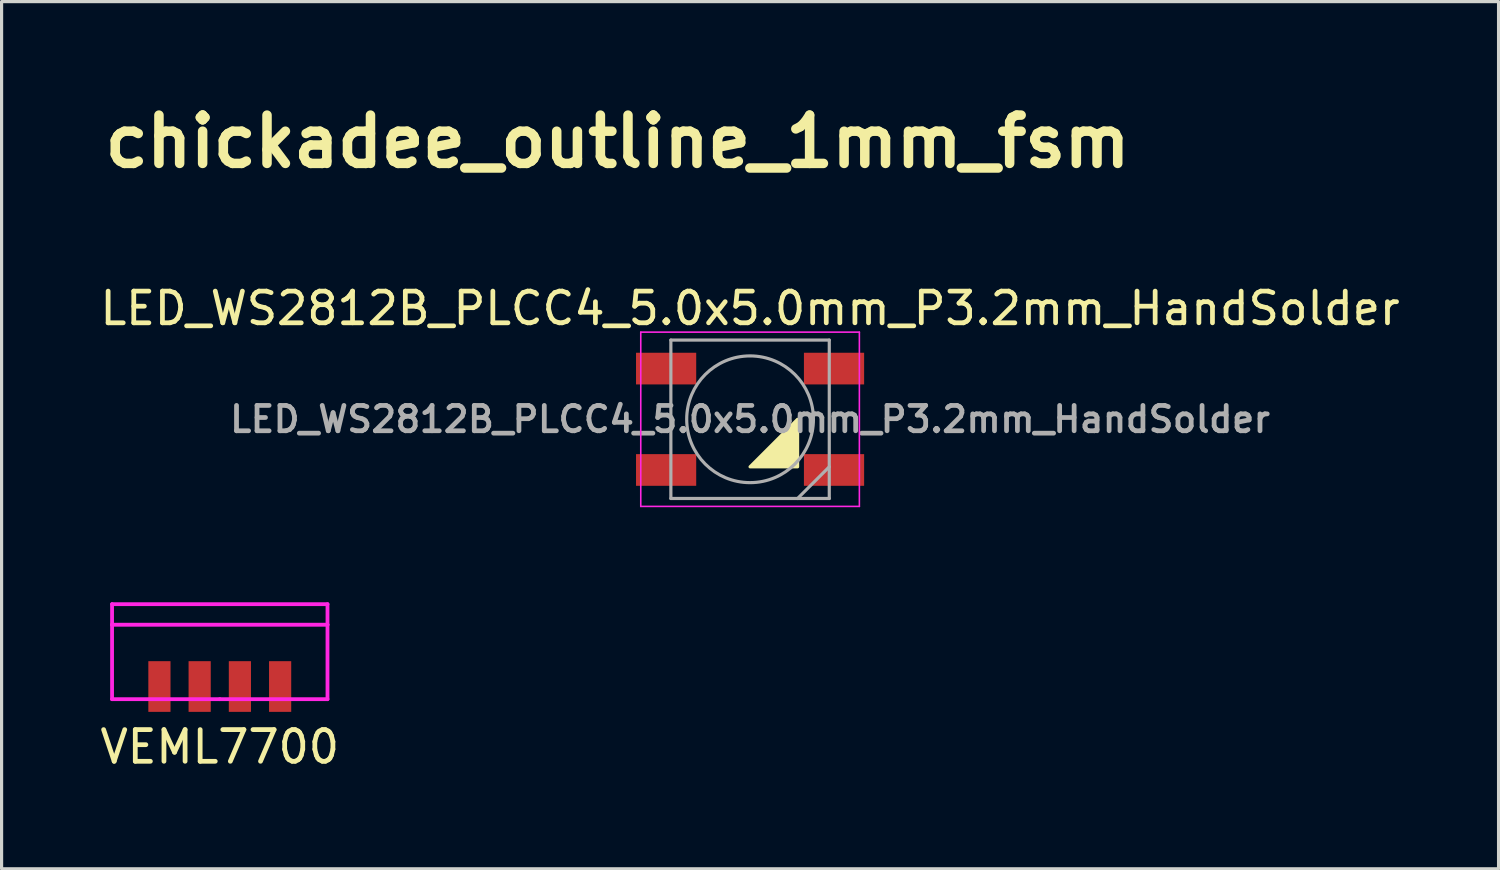
<source format=kicad_pcb>
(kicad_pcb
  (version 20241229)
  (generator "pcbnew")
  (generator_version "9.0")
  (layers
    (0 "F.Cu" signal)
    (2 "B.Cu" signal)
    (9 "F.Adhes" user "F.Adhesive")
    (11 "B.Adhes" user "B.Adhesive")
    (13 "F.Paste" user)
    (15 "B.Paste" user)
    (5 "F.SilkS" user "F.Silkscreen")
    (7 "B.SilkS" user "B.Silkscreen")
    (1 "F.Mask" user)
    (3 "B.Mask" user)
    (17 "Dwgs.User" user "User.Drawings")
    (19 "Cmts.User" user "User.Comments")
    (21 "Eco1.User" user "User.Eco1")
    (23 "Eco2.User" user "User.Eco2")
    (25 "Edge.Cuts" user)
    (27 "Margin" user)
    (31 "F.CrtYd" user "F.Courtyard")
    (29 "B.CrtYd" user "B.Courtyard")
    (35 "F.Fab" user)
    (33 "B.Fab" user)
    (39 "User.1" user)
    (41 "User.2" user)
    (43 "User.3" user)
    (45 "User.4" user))
  (footprint "VEML7700"
    (layer "F.Cu")
    (at 3.887 18.619)
    (property "Reference" "VEML7700" (at 0 1.905 0) (layer "F.SilkS") (effects (font (size 1 1) (thickness 0.15))))
    (attr through_hole)
    (fp_line (start -3.4 -2.6) (end -3.4 -1.95) (stroke (width 0.12) (type solid)) (layer "F.CrtYd"))
    (fp_line (start -3.4 -1.95) (end -3.4 0.4) (stroke (width 0.12) (type solid)) (layer "F.CrtYd"))
    (fp_line (start -3.4 0.4) (end 0 0.4) (stroke (width 0.12) (type solid)) (layer "F.CrtYd"))
    (fp_line (start 0 0.4) (end 3.4 0.4) (stroke (width 0.12) (type solid)) (layer "F.CrtYd"))
    (fp_line (start 3.4 -2.6) (end -3.4 -2.6) (stroke (width 0.12) (type solid)) (layer "F.CrtYd"))
    (fp_line (start 3.4 -1.95) (end -3.4 -1.95) (stroke (width 0.12) (type solid)) (layer "F.CrtYd"))
    (fp_line (start 3.4 -1.95) (end 3.4 -2.6) (stroke (width 0.12) (type solid)) (layer "F.CrtYd"))
    (fp_line (start 3.4 0.4) (end 3.4 -1.95) (stroke (width 0.12) (type solid)) (layer "F.CrtYd"))
    (pad "1" smd rect (at -1.905 0) (size 0.7 1.6) (layers "F.Cu" "F.Mask" "F.Paste"))
    (pad "2" smd rect (at -0.635 0) (size 0.7 1.6) (layers "F.Cu" "F.Mask" "F.Paste"))
    (pad "3" smd rect (at 0.635 0) (size 0.7 1.6) (layers "F.Cu" "F.Mask" "F.Paste"))
    (pad "4" smd rect (at 1.905 0) (size 0.7 1.6) (layers "F.Cu" "F.Mask" "F.Paste")))
  (footprint "chickadee_outline_1mm_fsm"
    (layer "F.Cu")
    (at 16.445 1.418)
    (property "Reference" "chickadee_outline_1mm_fsm" (at 0 0 0) (layer "F.SilkS") (effects (font (size 1.524 1.524) (thickness 0.3))))
    (attr through_hole)
    (fp_poly (pts (xy -0.74 -0.506) (xy -0.727 -0.506) (xy -0.715 -0.505) (xy -0.703 -0.503) (xy -0.69 -0.501) (xy -0.681 -0.499) (xy -0.669 -0.497) (xy -0.657 -0.494) (xy -0.645 -0.491) (xy -0.633 -0.487) (xy -0.62 -0.483) (xy -0.607 -0.479) (xy -0.592 -0.473) (xy -0.576 -0.467) (xy -0.564 -0.462) (xy -0.548 -0.455) (xy -0.531 -0.448) (xy -0.515 -0.441) (xy -0.497 -0.434) (xy -0.479 -0.426) (xy -0.46 -0.417) (xy -0.441 -0.408) (xy -0.42 -0.398) (xy -0.398 -0.388) (xy -0.374 -0.376) (xy -0.35 -0.364) (xy -0.323 -0.351) (xy -0.295 -0.337) (xy -0.265 -0.322) (xy -0.245 -0.312) (xy -0.217 -0.298) (xy -0.191 -0.285) (xy -0.167 -0.273) (xy -0.144 -0.262) (xy -0.123 -0.252) (xy -0.103 -0.243) (xy -0.085 -0.234) (xy -0.067 -0.226) (xy -0.05 -0.218) (xy -0.034 -0.211) (xy -0.019 -0.204) (xy -0.004 -0.197) (xy 0.011 -0.191) (xy 0.026 -0.185) (xy 0.041 -0.179) (xy 0.056 -0.172) (xy 0.072 -0.166) (xy 0.078 -0.164) (xy 0.086 -0.161) (xy 0.094 -0.158) (xy 0.101 -0.155) (xy 0.106 -0.153) (xy 0.11 -0.152) (xy 0.112 -0.151) (xy 0.115 -0.149) (xy 0.106 -0.138) (xy 0.092 -0.123) (xy 0.076 -0.107) (xy 0.057 -0.091) (xy 0.037 -0.075) (xy 0.016 -0.059) (xy -0.006 -0.044) (xy -0.03 -0.03) (xy -0.054 -0.017) (xy -0.054 -0.017) (xy -0.086 -0.001) (xy -0.119 0.013) (xy -0.154 0.027) (xy -0.19 0.039) (xy -0.227 0.051) (xy -0.265 0.061) (xy -0.303 0.069) (xy -0.341 0.077) (xy -0.378 0.082) (xy -0.402 0.085) (xy -0.408 0.085) (xy -0.417 0.086) (xy -0.427 0.086) (xy -0.438 0.086) (xy -0.449 0.086) (xy -0.46 0.086) (xy -0.471 0.086) (xy -0.481 0.086) (xy -0.489 0.086) (xy -0.496 0.085) (xy -0.497 0.085) (xy -0.521 0.081) (xy -0.543 0.076) (xy -0.564 0.069) (xy -0.582 0.061) (xy -0.599 0.051) (xy -0.605 0.046) (xy -0.619 0.035) (xy -0.631 0.021) (xy -0.641 0.007) (xy -0.649 -0.009) (xy -0.653 -0.019) (xy -0.656 -0.029) (xy -0.658 -0.038) (xy -0.66 -0.046) (xy -0.661 -0.056) (xy -0.661 -0.067) (xy -0.661 -0.07) (xy -0.661 -0.089) (xy -0.669 -0.09) (xy -0.677 -0.091) (xy -0.685 -0.085) (xy -0.694 -0.079) (xy -0.694 -0.068) (xy -0.693 -0.052) (xy -0.691 -0.035) (xy -0.687 -0.018) (xy -0.681 -0.001) (xy -0.674 0.015) (xy -0.665 0.029) (xy -0.653 0.046) (xy -0.639 0.061) (xy -0.623 0.074) (xy -0.605 0.085) (xy -0.586 0.095) (xy -0.565 0.103) (xy -0.542 0.11) (xy -0.517 0.115) (xy -0.491 0.118) (xy -0.488 0.119) (xy -0.478 0.119) (xy -0.467 0.12) (xy -0.454 0.12) (xy -0.441 0.119) (xy -0.427 0.119) (xy -0.413 0.118) (xy -0.4 0.118) (xy -0.389 0.117) (xy -0.386 0.116) (xy -0.347 0.111) (xy -0.308 0.104) (xy -0.269 0.095) (xy -0.23 0.086) (xy -0.191 0.074) (xy -0.154 0.062) (xy -0.118 0.049) (xy -0.084 0.034) (xy -0.071 0.028) (xy -0.041 0.014) (xy -0.013 -0.002) (xy 0.015 -0.019) (xy 0.041 -0.036) (xy 0.065 -0.054) (xy 0.087 -0.073) (xy 0.108 -0.092) (xy 0.126 -0.111) (xy 0.137 -0.124) (xy 0.142 -0.13) (xy 0.145 -0.134) (xy 0.148 -0.137) (xy 0.15 -0.137) (xy 0.15 -0.137) (xy 0.155 -0.136) (xy 0.162 -0.135) (xy 0.171 -0.133) (xy 0.18 -0.132) (xy 0.191 -0.13) (xy 0.202 -0.129) (xy 0.213 -0.127) (xy 0.224 -0.126) (xy 0.234 -0.125) (xy 0.239 -0.124) (xy 0.249 -0.124) (xy 0.261 -0.124) (xy 0.274 -0.124) (xy 0.288 -0.124) (xy 0.303 -0.125) (xy 0.321 -0.127) (xy 0.34 -0.128) (xy 0.362 -0.13) (xy 0.385 -0.133) (xy 0.392 -0.134) (xy 0.426 -0.138) (xy 0.462 -0.143) (xy 0.5 -0.148) (xy 0.54 -0.154) (xy 0.582 -0.161) (xy 0.625 -0.168) (xy 0.671 -0.176) (xy 0.718 -0.184) (xy 0.767 -0.193) (xy 0.817 -0.203) (xy 0.868 -0.213) (xy 0.921 -0.223) (xy 0.975 -0.234) (xy 1.03 -0.246) (xy 1.086 -0.258) (xy 1.143 -0.27) (xy 1.153 -0.272) (xy 1.163 -0.275) (xy 1.174 -0.277) (xy 1.183 -0.279) (xy 1.192 -0.281) (xy 1.199 -0.282) (xy 1.204 -0.283) (xy 1.208 -0.284) (xy 1.208 -0.284) (xy 1.218 -0.284) (xy 1.228 -0.282) (xy 1.237 -0.278) (xy 1.247 -0.273) (xy 1.254 -0.267) (xy 1.255 -0.267) (xy 1.258 -0.262) (xy 1.263 -0.256) (xy 1.268 -0.248) (xy 1.274 -0.239) (xy 1.28 -0.228) (xy 1.287 -0.216) (xy 1.294 -0.204) (xy 1.301 -0.191) (xy 1.307 -0.177) (xy 1.314 -0.164) (xy 1.32 -0.151) (xy 1.326 -0.138) (xy 1.329 -0.131) (xy 1.339 -0.107) (xy 1.346 -0.085) (xy 1.352 -0.064) (xy 1.355 -0.044) (xy 1.357 -0.026) (xy 1.357 -0.01) (xy 1.355 0.005) (xy 1.351 0.019) (xy 1.348 0.026) (xy 1.343 0.033) (xy 1.338 0.04) (xy 1.332 0.046) (xy 1.33 0.048) (xy 1.325 0.052) (xy 1.319 0.056) (xy 1.313 0.059) (xy 1.306 0.062) (xy 1.298 0.064) (xy 1.288 0.066) (xy 1.278 0.068) (xy 1.266 0.07) (xy 1.252 0.071) (xy 1.236 0.072) (xy 1.218 0.073) (xy 1.204 0.074) (xy 1.197 0.074) (xy 1.188 0.074) (xy 1.178 0.075) (xy 1.166 0.075) (xy 1.153 0.075) (xy 1.139 0.076) (xy 1.125 0.076) (xy 1.111 0.077) (xy 1.104 0.077) (xy 1.067 0.078) (xy 1.033 0.079) (xy 1.001 0.08) (xy 0.971 0.081) (xy 0.942 0.082) (xy 0.915 0.083) (xy 0.889 0.084) (xy 0.864 0.086) (xy 0.839 0.087) (xy 0.815 0.089) (xy 0.792 0.09) (xy 0.769 0.092) (xy 0.745 0.094) (xy 0.733 0.095) (xy 0.681 0.1) (xy 0.63 0.105) (xy 0.582 0.112) (xy 0.535 0.118) (xy 0.489 0.126) (xy 0.443 0.135) (xy 0.398 0.144) (xy 0.353 0.155) (xy 0.307 0.166) (xy 0.261 0.179) (xy 0.213 0.193) (xy 0.165 0.208) (xy 0.128 0.22) (xy 0.108 0.226) (xy 0.09 0.233) (xy 0.073 0.238) (xy 0.058 0.244) (xy 0.043 0.249) (xy 0.029 0.255) (xy 0.015 0.26) (xy 0.002 0.266) (xy -0.012 0.272) (xy -0.025 0.278) (xy -0.039 0.285) (xy -0.053 0.292) (xy -0.068 0.3) (xy -0.084 0.309) (xy -0.101 0.318) (xy -0.119 0.328) (xy -0.139 0.339) (xy -0.16 0.352) (xy -0.183 0.364) (xy -0.2 0.374) (xy -0.215 0.383) (xy -0.229 0.391) (xy -0.241 0.398) (xy -0.252 0.404) (xy -0.263 0.41) (xy -0.272 0.415) (xy -0.281 0.42) (xy -0.289 0.424) (xy -0.298 0.429) (xy -0.307 0.433) (xy -0.314 0.437) (xy -0.337 0.448) (xy -0.358 0.458) (xy -0.377 0.466) (xy -0.396 0.473) (xy -0.415 0.479) (xy -0.433 0.485) (xy -0.451 0.49) (xy -0.47 0.494) (xy -0.487 0.496) (xy -0.507 0.5) (xy -0.526 0.502) (xy -0.543 0.504) (xy -0.561 0.505) (xy -0.579 0.506) (xy -0.598 0.507) (xy -0.611 0.507) (xy -0.621 0.507) (xy -0.629 0.506) (xy -0.637 0.506) (xy -0.643 0.506) (xy -0.648 0.506) (xy -0.651 0.506) (xy -0.651 0.506) (xy -0.682 0.503) (xy -0.713 0.498) (xy -0.743 0.492) (xy -0.772 0.484) (xy -0.8 0.475) (xy -0.826 0.465) (xy -0.846 0.456) (xy -0.875 0.44) (xy -0.904 0.422) (xy -0.932 0.401) (xy -0.959 0.378) (xy -0.985 0.353) (xy -1.01 0.326) (xy -1.035 0.297) (xy -1.058 0.265) (xy -1.081 0.232) (xy -1.103 0.196) (xy -1.123 0.158) (xy -1.125 0.156) (xy -1.137 0.13) (xy -1.149 0.103) (xy -1.16 0.075) (xy -1.171 0.046) (xy -1.181 0.014) (xy -1.187 -0.005) (xy -1.189 -0.014) (xy -1.273 -0.048) (xy -1.287 -0.053) (xy -1.3 -0.059) (xy -1.312 -0.064) (xy -1.323 -0.068) (xy -1.333 -0.072) (xy -1.341 -0.076) (xy -1.348 -0.079) (xy -1.353 -0.081) (xy -1.356 -0.083) (xy -1.358 -0.083) (xy -1.358 -0.083) (xy -1.357 -0.084) (xy -1.354 -0.087) (xy -1.35 -0.091) (xy -1.345 -0.096) (xy -1.338 -0.102) (xy -1.33 -0.109) (xy -1.321 -0.117) (xy -1.311 -0.126) (xy -1.3 -0.136) (xy -1.289 -0.146) (xy -1.28 -0.154) (xy -1.203 -0.223) (xy -1.198 -0.236) (xy -1.188 -0.26) (xy -1.177 -0.283) (xy -1.164 -0.305) (xy -1.148 -0.327) (xy -1.131 -0.348) (xy -1.112 -0.368) (xy -1.106 -0.374) (xy -1.083 -0.394) (xy -1.058 -0.413) (xy -1.031 -0.431) (xy -1.003 -0.447) (xy -0.973 -0.461) (xy -0.942 -0.473) (xy -0.91 -0.484) (xy -0.876 -0.493) (xy -0.86 -0.497) (xy -0.845 -0.499) (xy -0.831 -0.502) (xy -0.818 -0.504) (xy -0.806 -0.505) (xy -0.793 -0.506) (xy -0.779 -0.506) (xy -0.77 -0.506) (xy -0.754 -0.507) (xy -0.74 -0.506)) (stroke (width 0.01) (type solid)) (fill yes) (layer "F.Mask")))
  (footprint "LED_WS2812B_PLCC4_5.0x5.0mm_P3.2mm_HandSolder"
    (layer "F.Cu")
    (at 20.625 10.184)
    (property "Reference" "LED_WS2812B_PLCC4_5.0x5.0mm_P3.2mm_HandSolder" (at 0 -3.5 0) (layer "F.SilkS") (effects (font (size 1 1) (thickness 0.15))))
    (attr smd)
    (fp_poly (pts (xy 1.5 1.5) (xy 0 1.5) (xy 1.5 0)) (stroke (width 0.1) (type solid)) (fill yes) (layer "F.SilkS"))
    (fp_line (start -3.45 -2.75) (end -3.45 2.75) (stroke (width 0.05) (type solid)) (layer "F.CrtYd"))
    (fp_line (start -3.45 2.75) (end 3.45 2.75) (stroke (width 0.05) (type solid)) (layer "F.CrtYd"))
    (fp_line (start 3.45 -2.75) (end -3.45 -2.75) (stroke (width 0.05) (type solid)) (layer "F.CrtYd"))
    (fp_line (start 3.45 2.75) (end 3.45 -2.75) (stroke (width 0.05) (type solid)) (layer "F.CrtYd"))
    (fp_line (start -2.5 -2.5) (end -2.5 2.5) (stroke (width 0.1) (type solid)) (layer "F.Fab"))
    (fp_line (start -2.5 2.5) (end 2.5 2.5) (stroke (width 0.1) (type solid)) (layer "F.Fab"))
    (fp_line (start 2.5 -2.5) (end -2.5 -2.5) (stroke (width 0.1) (type solid)) (layer "F.Fab"))
    (fp_line (start 2.5 1.5) (end 1.5 2.5) (stroke (width 0.1) (type solid)) (layer "F.Fab"))
    (fp_line (start 2.5 2.5) (end 2.5 -2.5) (stroke (width 0.1) (type solid)) (layer "F.Fab"))
    (fp_circle (center 0 0) (end 0 -2) (stroke (width 0.1) (type solid)) (fill no) (layer "F.Fab"))
    (fp_text user "${REFERENCE}" (at 0 0 0) (layer "F.Fab") (effects (font (size 0.8 0.8) (thickness 0.15))))
    (pad "1" smd rect (at -2.65 -1.6) (size 1.9 1) (layers "F.Cu" "F.Mask" "F.Paste"))
    (pad "2" smd rect (at -2.65 1.6) (size 1.9 1) (layers "F.Cu" "F.Mask" "F.Paste"))
    (pad "3" smd rect (at 2.65 1.6) (size 1.9 1) (layers "F.Cu" "F.Mask" "F.Paste"))
    (pad "4" smd rect (at 2.65 -1.6) (size 1.9 1) (layers "F.Cu" "F.Mask" "F.Paste")))
  (gr_rect
    (start -3 -3)
    (end 44.25 24.373)
    (stroke (width 0.1) (type default))
    (fill no)
    (layer "Edge.Cuts")))
</source>
